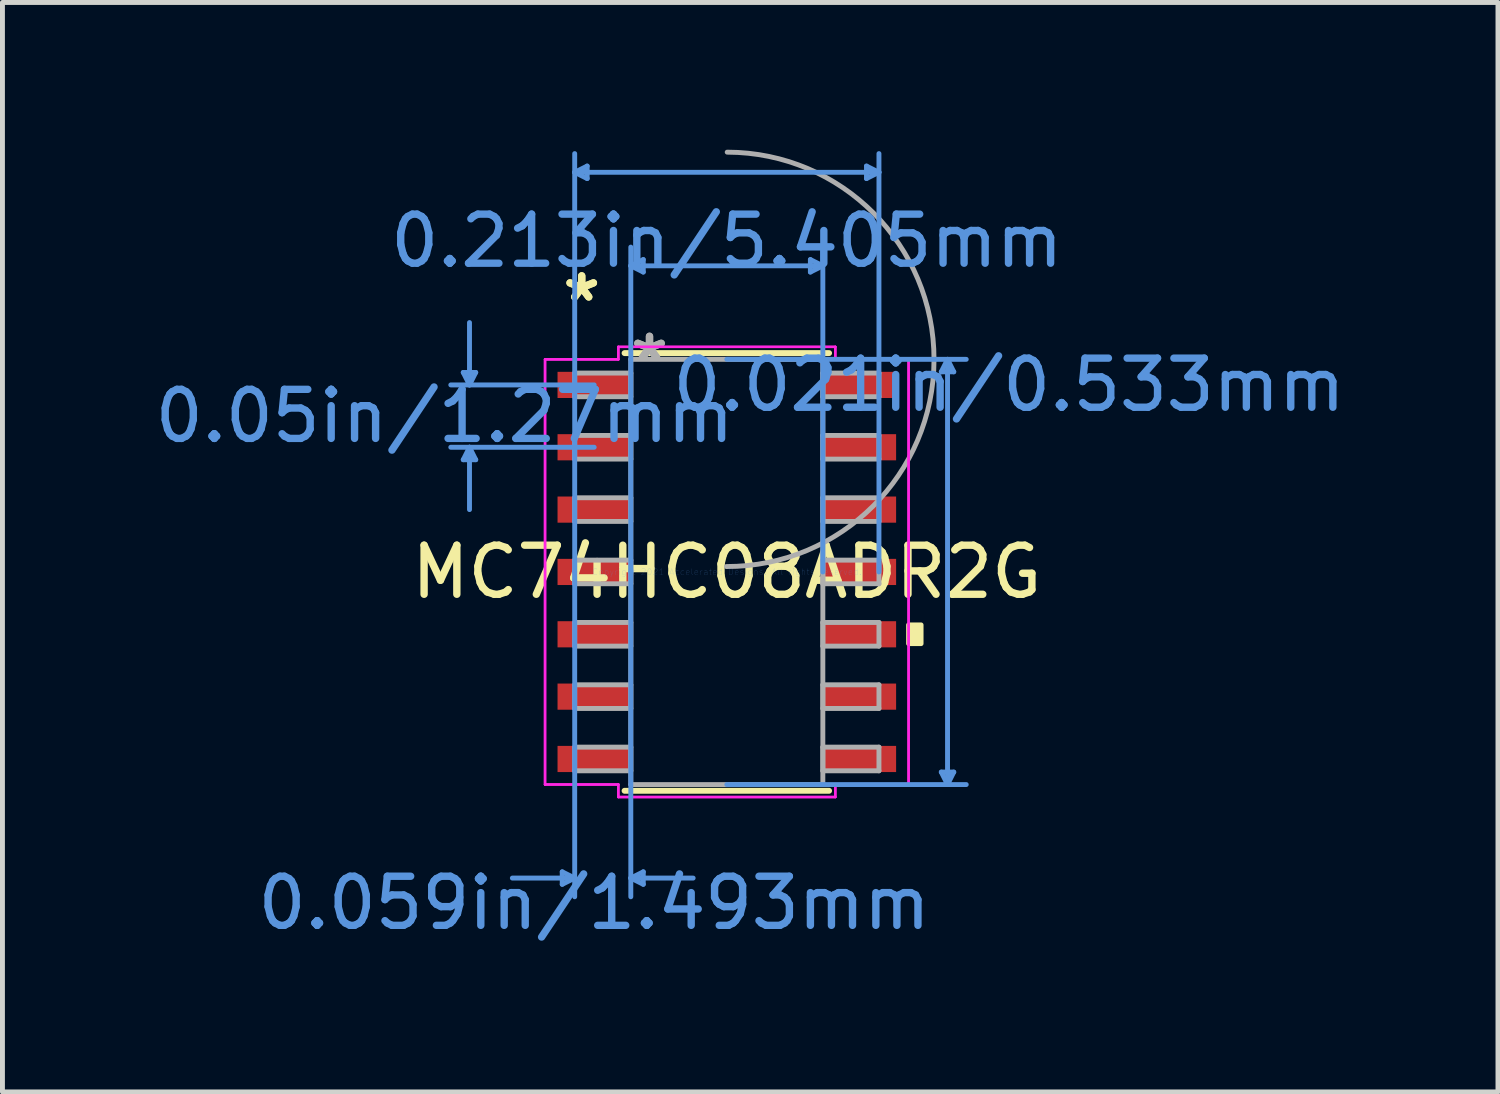
<source format=kicad_pcb>
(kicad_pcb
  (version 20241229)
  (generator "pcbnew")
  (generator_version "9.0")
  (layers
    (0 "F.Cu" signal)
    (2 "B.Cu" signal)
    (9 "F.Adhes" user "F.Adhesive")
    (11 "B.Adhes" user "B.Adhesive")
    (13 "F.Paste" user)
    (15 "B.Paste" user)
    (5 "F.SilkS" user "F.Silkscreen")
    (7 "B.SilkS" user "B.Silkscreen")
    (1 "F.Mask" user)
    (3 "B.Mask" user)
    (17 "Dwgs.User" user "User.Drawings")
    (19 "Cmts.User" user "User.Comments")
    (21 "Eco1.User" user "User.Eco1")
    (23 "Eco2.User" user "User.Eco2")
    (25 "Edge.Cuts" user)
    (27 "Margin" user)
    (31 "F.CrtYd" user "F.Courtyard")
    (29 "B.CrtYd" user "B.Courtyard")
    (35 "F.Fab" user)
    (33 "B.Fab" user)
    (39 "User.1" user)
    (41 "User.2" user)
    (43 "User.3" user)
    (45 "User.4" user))
  (footprint "MC74HC08ADR2G"
    (layer "F.Cu")
    (at 11.756 8.601)
    (property "Reference" "MC74HC08ADR2G" (at 0 0 0) (layer "F.SilkS") (effects (font (size 1 1) (thickness 0.15))))
    (attr through_hole)
    (fp_line (start -2.083 4.458) (end 2.083 4.458) (stroke (width 0.12) (type solid)) (layer "F.SilkS"))
    (fp_line (start 2.083 -4.458) (end -2.083 -4.458) (stroke (width 0.12) (type solid)) (layer "F.SilkS"))
    (fp_poly (pts (xy 3.957 1.079) (xy 3.957 1.46) (xy 3.703 1.46) (xy 3.703 1.079)) (stroke (width 0.1) (type solid)) (fill yes) (layer "F.SilkS"))
    (fp_line (start -5.369 -4.064) (end -5.115 -4.064) (stroke (width 0.1) (type solid)) (layer "Cmts.User"))
    (fp_line (start -5.369 -2.286) (end -5.115 -2.286) (stroke (width 0.1) (type solid)) (layer "Cmts.User"))
    (fp_line (start -5.242 -3.81) (end -5.369 -4.064) (stroke (width 0.1) (type solid)) (layer "Cmts.User"))
    (fp_line (start -5.242 -3.81) (end -5.242 -5.08) (stroke (width 0.1) (type solid)) (layer "Cmts.User"))
    (fp_line (start -5.242 -3.81) (end -5.115 -4.064) (stroke (width 0.1) (type solid)) (layer "Cmts.User"))
    (fp_line (start -5.242 -2.54) (end -5.369 -2.286) (stroke (width 0.1) (type solid)) (layer "Cmts.User"))
    (fp_line (start -5.242 -2.54) (end -5.242 -1.27) (stroke (width 0.1) (type solid)) (layer "Cmts.User"))
    (fp_line (start -5.242 -2.54) (end -5.115 -2.286) (stroke (width 0.1) (type solid)) (layer "Cmts.User"))
    (fp_line (start -3.353 6.109) (end -3.353 6.363) (stroke (width 0.1) (type solid)) (layer "Cmts.User"))
    (fp_line (start -3.099 -8.141) (end -2.845 -8.268) (stroke (width 0.1) (type solid)) (layer "Cmts.User"))
    (fp_line (start -3.099 -8.141) (end -2.845 -8.014) (stroke (width 0.1) (type solid)) (layer "Cmts.User"))
    (fp_line (start -3.099 -8.141) (end 3.099 -8.141) (stroke (width 0.1) (type solid)) (layer "Cmts.User"))
    (fp_line (start -3.099 0) (end -3.099 -8.522) (stroke (width 0.1) (type solid)) (layer "Cmts.User"))
    (fp_line (start -3.099 0) (end -3.099 6.617) (stroke (width 0.1) (type solid)) (layer "Cmts.User"))
    (fp_line (start -3.099 6.236) (end -4.369 6.236) (stroke (width 0.1) (type solid)) (layer "Cmts.User"))
    (fp_line (start -3.099 6.236) (end -3.353 6.109) (stroke (width 0.1) (type solid)) (layer "Cmts.User"))
    (fp_line (start -3.099 6.236) (end -3.353 6.363) (stroke (width 0.1) (type solid)) (layer "Cmts.User"))
    (fp_line (start -2.845 -8.268) (end -2.845 -8.014) (stroke (width 0.1) (type solid)) (layer "Cmts.User"))
    (fp_line (start -2.702 -3.81) (end -5.623 -3.81) (stroke (width 0.1) (type solid)) (layer "Cmts.User"))
    (fp_line (start -2.702 -2.54) (end -5.623 -2.54) (stroke (width 0.1) (type solid)) (layer "Cmts.User"))
    (fp_line (start -1.956 -6.236) (end -1.702 -6.363) (stroke (width 0.1) (type solid)) (layer "Cmts.User"))
    (fp_line (start -1.956 -6.236) (end -1.702 -6.109) (stroke (width 0.1) (type solid)) (layer "Cmts.User"))
    (fp_line (start -1.956 -6.236) (end 1.956 -6.236) (stroke (width 0.1) (type solid)) (layer "Cmts.User"))
    (fp_line (start -1.956 0) (end -1.956 -6.617) (stroke (width 0.1) (type solid)) (layer "Cmts.User"))
    (fp_line (start -1.956 0) (end -1.956 6.617) (stroke (width 0.1) (type solid)) (layer "Cmts.User"))
    (fp_line (start -1.956 6.236) (end -1.702 6.109) (stroke (width 0.1) (type solid)) (layer "Cmts.User"))
    (fp_line (start -1.956 6.236) (end -1.702 6.363) (stroke (width 0.1) (type solid)) (layer "Cmts.User"))
    (fp_line (start -1.956 6.236) (end -0.686 6.236) (stroke (width 0.1) (type solid)) (layer "Cmts.User"))
    (fp_line (start -1.702 -6.363) (end -1.702 -6.109) (stroke (width 0.1) (type solid)) (layer "Cmts.User"))
    (fp_line (start -1.702 6.109) (end -1.702 6.363) (stroke (width 0.1) (type solid)) (layer "Cmts.User"))
    (fp_line (start 0 -4.331) (end 4.877 -4.331) (stroke (width 0.1) (type solid)) (layer "Cmts.User"))
    (fp_line (start 0 4.331) (end 4.877 4.331) (stroke (width 0.1) (type solid)) (layer "Cmts.User"))
    (fp_line (start 1.702 -6.363) (end 1.702 -6.109) (stroke (width 0.1) (type solid)) (layer "Cmts.User"))
    (fp_line (start 1.956 -6.236) (end 1.702 -6.363) (stroke (width 0.1) (type solid)) (layer "Cmts.User"))
    (fp_line (start 1.956 -6.236) (end 1.702 -6.109) (stroke (width 0.1) (type solid)) (layer "Cmts.User"))
    (fp_line (start 1.956 0) (end 1.956 -6.617) (stroke (width 0.1) (type solid)) (layer "Cmts.User"))
    (fp_line (start 2.845 -8.268) (end 2.845 -8.014) (stroke (width 0.1) (type solid)) (layer "Cmts.User"))
    (fp_line (start 3.099 -8.141) (end 2.845 -8.268) (stroke (width 0.1) (type solid)) (layer "Cmts.User"))
    (fp_line (start 3.099 -8.141) (end 2.845 -8.014) (stroke (width 0.1) (type solid)) (layer "Cmts.User"))
    (fp_line (start 3.099 0) (end 3.099 -8.522) (stroke (width 0.1) (type solid)) (layer "Cmts.User"))
    (fp_line (start 4.369 -4.077) (end 4.623 -4.077) (stroke (width 0.1) (type solid)) (layer "Cmts.User"))
    (fp_line (start 4.369 4.077) (end 4.623 4.077) (stroke (width 0.1) (type solid)) (layer "Cmts.User"))
    (fp_line (start 4.496 -4.331) (end 4.369 -4.077) (stroke (width 0.1) (type solid)) (layer "Cmts.User"))
    (fp_line (start 4.496 -4.331) (end 4.496 4.331) (stroke (width 0.1) (type solid)) (layer "Cmts.User"))
    (fp_line (start 4.496 -4.331) (end 4.623 -4.077) (stroke (width 0.1) (type solid)) (layer "Cmts.User"))
    (fp_line (start 4.496 4.331) (end 4.369 4.077) (stroke (width 0.1) (type solid)) (layer "Cmts.User"))
    (fp_line (start 4.496 4.331) (end 4.623 4.077) (stroke (width 0.1) (type solid)) (layer "Cmts.User"))
    (fp_line (start -3.703 -4.33) (end -2.21 -4.33) (stroke (width 0.05) (type solid)) (layer "F.CrtYd"))
    (fp_line (start -3.703 -4.33) (end -2.21 -4.33) (stroke (width 0.05) (type solid)) (layer "F.CrtYd"))
    (fp_line (start -3.703 4.33) (end -3.703 -4.33) (stroke (width 0.05) (type solid)) (layer "F.CrtYd"))
    (fp_line (start -3.703 4.33) (end -3.703 -4.33) (stroke (width 0.05) (type solid)) (layer "F.CrtYd"))
    (fp_line (start -3.703 4.33) (end -2.21 4.33) (stroke (width 0.05) (type solid)) (layer "F.CrtYd"))
    (fp_line (start -2.21 -4.585) (end 2.21 -4.585) (stroke (width 0.05) (type solid)) (layer "F.CrtYd"))
    (fp_line (start -2.21 -4.585) (end 2.21 -4.585) (stroke (width 0.05) (type solid)) (layer "F.CrtYd"))
    (fp_line (start -2.21 -4.33) (end -2.21 -4.585) (stroke (width 0.05) (type solid)) (layer "F.CrtYd"))
    (fp_line (start -2.21 -4.33) (end -2.21 -4.585) (stroke (width 0.05) (type solid)) (layer "F.CrtYd"))
    (fp_line (start -2.21 4.33) (end -3.703 4.33) (stroke (width 0.05) (type solid)) (layer "F.CrtYd"))
    (fp_line (start -2.21 4.585) (end -2.21 4.33) (stroke (width 0.05) (type solid)) (layer "F.CrtYd"))
    (fp_line (start -2.21 4.585) (end -2.21 4.33) (stroke (width 0.05) (type solid)) (layer "F.CrtYd"))
    (fp_line (start 2.21 -4.585) (end 2.21 -4.33) (stroke (width 0.05) (type solid)) (layer "F.CrtYd"))
    (fp_line (start 2.21 -4.585) (end 2.21 -4.33) (stroke (width 0.05) (type solid)) (layer "F.CrtYd"))
    (fp_line (start 2.21 -4.33) (end 3.703 -4.33) (stroke (width 0.05) (type solid)) (layer "F.CrtYd"))
    (fp_line (start 2.21 4.33) (end 2.21 4.585) (stroke (width 0.05) (type solid)) (layer "F.CrtYd"))
    (fp_line (start 2.21 4.33) (end 2.21 4.585) (stroke (width 0.05) (type solid)) (layer "F.CrtYd"))
    (fp_line (start 2.21 4.585) (end -2.21 4.585) (stroke (width 0.05) (type solid)) (layer "F.CrtYd"))
    (fp_line (start 2.21 4.585) (end -2.21 4.585) (stroke (width 0.05) (type solid)) (layer "F.CrtYd"))
    (fp_line (start 3.703 -4.33) (end 2.21 -4.33) (stroke (width 0.05) (type solid)) (layer "F.CrtYd"))
    (fp_line (start 3.703 -4.33) (end 3.703 4.33) (stroke (width 0.05) (type solid)) (layer "F.CrtYd"))
    (fp_line (start 3.703 -4.33) (end 3.703 4.33) (stroke (width 0.05) (type solid)) (layer "F.CrtYd"))
    (fp_line (start 3.703 4.33) (end 2.21 4.33) (stroke (width 0.05) (type solid)) (layer "F.CrtYd"))
    (fp_line (start 3.703 4.33) (end 2.21 4.33) (stroke (width 0.05) (type solid)) (layer "F.CrtYd"))
    (fp_line (start -3.099 -4.051) (end -3.099 -3.569) (stroke (width 0.1) (type solid)) (layer "F.Fab"))
    (fp_line (start -3.099 -3.569) (end -1.956 -3.569) (stroke (width 0.1) (type solid)) (layer "F.Fab"))
    (fp_line (start -3.099 -2.781) (end -3.099 -2.299) (stroke (width 0.1) (type solid)) (layer "F.Fab"))
    (fp_line (start -3.099 -2.299) (end -1.956 -2.299) (stroke (width 0.1) (type solid)) (layer "F.Fab"))
    (fp_line (start -3.099 -1.511) (end -3.099 -1.029) (stroke (width 0.1) (type solid)) (layer "F.Fab"))
    (fp_line (start -3.099 -1.029) (end -1.956 -1.029) (stroke (width 0.1) (type solid)) (layer "F.Fab"))
    (fp_line (start -3.099 -0.241) (end -3.099 0.241) (stroke (width 0.1) (type solid)) (layer "F.Fab"))
    (fp_line (start -3.099 0.241) (end -1.956 0.241) (stroke (width 0.1) (type solid)) (layer "F.Fab"))
    (fp_line (start -3.099 1.029) (end -3.099 1.511) (stroke (width 0.1) (type solid)) (layer "F.Fab"))
    (fp_line (start -3.099 1.511) (end -1.956 1.511) (stroke (width 0.1) (type solid)) (layer "F.Fab"))
    (fp_line (start -3.099 2.299) (end -3.099 2.781) (stroke (width 0.1) (type solid)) (layer "F.Fab"))
    (fp_line (start -3.099 2.781) (end -1.956 2.781) (stroke (width 0.1) (type solid)) (layer "F.Fab"))
    (fp_line (start -3.099 3.569) (end -3.099 4.051) (stroke (width 0.1) (type solid)) (layer "F.Fab"))
    (fp_line (start -3.099 4.051) (end -1.956 4.051) (stroke (width 0.1) (type solid)) (layer "F.Fab"))
    (fp_line (start -1.956 -4.331) (end -1.956 4.331) (stroke (width 0.1) (type solid)) (layer "F.Fab"))
    (fp_line (start -1.956 -4.051) (end -3.099 -4.051) (stroke (width 0.1) (type solid)) (layer "F.Fab"))
    (fp_line (start -1.956 -3.569) (end -1.956 -4.051) (stroke (width 0.1) (type solid)) (layer "F.Fab"))
    (fp_line (start -1.956 -2.781) (end -3.099 -2.781) (stroke (width 0.1) (type solid)) (layer "F.Fab"))
    (fp_line (start -1.956 -2.299) (end -1.956 -2.781) (stroke (width 0.1) (type solid)) (layer "F.Fab"))
    (fp_line (start -1.956 -1.511) (end -3.099 -1.511) (stroke (width 0.1) (type solid)) (layer "F.Fab"))
    (fp_line (start -1.956 -1.029) (end -1.956 -1.511) (stroke (width 0.1) (type solid)) (layer "F.Fab"))
    (fp_line (start -1.956 -0.241) (end -3.099 -0.241) (stroke (width 0.1) (type solid)) (layer "F.Fab"))
    (fp_line (start -1.956 0.241) (end -1.956 -0.241) (stroke (width 0.1) (type solid)) (layer "F.Fab"))
    (fp_line (start -1.956 1.029) (end -3.099 1.029) (stroke (width 0.1) (type solid)) (layer "F.Fab"))
    (fp_line (start -1.956 1.511) (end -1.956 1.029) (stroke (width 0.1) (type solid)) (layer "F.Fab"))
    (fp_line (start -1.956 2.299) (end -3.099 2.299) (stroke (width 0.1) (type solid)) (layer "F.Fab"))
    (fp_line (start -1.956 2.781) (end -1.956 2.299) (stroke (width 0.1) (type solid)) (layer "F.Fab"))
    (fp_line (start -1.956 3.569) (end -3.099 3.569) (stroke (width 0.1) (type solid)) (layer "F.Fab"))
    (fp_line (start -1.956 4.051) (end -1.956 3.569) (stroke (width 0.1) (type solid)) (layer "F.Fab"))
    (fp_line (start -1.956 4.331) (end 1.956 4.331) (stroke (width 0.1) (type solid)) (layer "F.Fab"))
    (fp_line (start 1.956 -4.331) (end -1.956 -4.331) (stroke (width 0.1) (type solid)) (layer "F.Fab"))
    (fp_line (start 1.956 -4.051) (end 1.956 -3.569) (stroke (width 0.1) (type solid)) (layer "F.Fab"))
    (fp_line (start 1.956 -3.569) (end 3.099 -3.569) (stroke (width 0.1) (type solid)) (layer "F.Fab"))
    (fp_line (start 1.956 -2.781) (end 1.956 -2.299) (stroke (width 0.1) (type solid)) (layer "F.Fab"))
    (fp_line (start 1.956 -2.299) (end 3.099 -2.299) (stroke (width 0.1) (type solid)) (layer "F.Fab"))
    (fp_line (start 1.956 -1.511) (end 1.956 -1.029) (stroke (width 0.1) (type solid)) (layer "F.Fab"))
    (fp_line (start 1.956 -1.029) (end 3.099 -1.029) (stroke (width 0.1) (type solid)) (layer "F.Fab"))
    (fp_line (start 1.956 -0.241) (end 1.956 0.241) (stroke (width 0.1) (type solid)) (layer "F.Fab"))
    (fp_line (start 1.956 0.241) (end 3.099 0.241) (stroke (width 0.1) (type solid)) (layer "F.Fab"))
    (fp_line (start 1.956 1.029) (end 1.956 1.511) (stroke (width 0.1) (type solid)) (layer "F.Fab"))
    (fp_line (start 1.956 1.511) (end 3.099 1.511) (stroke (width 0.1) (type solid)) (layer "F.Fab"))
    (fp_line (start 1.956 2.299) (end 1.956 2.781) (stroke (width 0.1) (type solid)) (layer "F.Fab"))
    (fp_line (start 1.956 2.781) (end 3.099 2.781) (stroke (width 0.1) (type solid)) (layer "F.Fab"))
    (fp_line (start 1.956 3.569) (end 1.956 4.051) (stroke (width 0.1) (type solid)) (layer "F.Fab"))
    (fp_line (start 1.956 4.051) (end 3.099 4.051) (stroke (width 0.1) (type solid)) (layer "F.Fab"))
    (fp_line (start 1.956 4.331) (end 1.956 -4.331) (stroke (width 0.1) (type solid)) (layer "F.Fab"))
    (fp_line (start 3.099 -4.051) (end 1.956 -4.051) (stroke (width 0.1) (type solid)) (layer "F.Fab"))
    (fp_line (start 3.099 -3.569) (end 3.099 -4.051) (stroke (width 0.1) (type solid)) (layer "F.Fab"))
    (fp_line (start 3.099 -2.781) (end 1.956 -2.781) (stroke (width 0.1) (type solid)) (layer "F.Fab"))
    (fp_line (start 3.099 -2.299) (end 3.099 -2.781) (stroke (width 0.1) (type solid)) (layer "F.Fab"))
    (fp_line (start 3.099 -1.511) (end 1.956 -1.511) (stroke (width 0.1) (type solid)) (layer "F.Fab"))
    (fp_line (start 3.099 -1.029) (end 3.099 -1.511) (stroke (width 0.1) (type solid)) (layer "F.Fab"))
    (fp_line (start 3.099 -0.241) (end 1.956 -0.241) (stroke (width 0.1) (type solid)) (layer "F.Fab"))
    (fp_line (start 3.099 0.241) (end 3.099 -0.241) (stroke (width 0.1) (type solid)) (layer "F.Fab"))
    (fp_line (start 3.099 1.029) (end 1.956 1.029) (stroke (width 0.1) (type solid)) (layer "F.Fab"))
    (fp_line (start 3.099 1.511) (end 3.099 1.029) (stroke (width 0.1) (type solid)) (layer "F.Fab"))
    (fp_line (start 3.099 2.299) (end 1.956 2.299) (stroke (width 0.1) (type solid)) (layer "F.Fab"))
    (fp_line (start 3.099 2.781) (end 3.099 2.299) (stroke (width 0.1) (type solid)) (layer "F.Fab"))
    (fp_line (start 3.099 3.569) (end 1.956 3.569) (stroke (width 0.1) (type solid)) (layer "F.Fab"))
    (fp_line (start 3.099 4.051) (end 3.099 3.569) (stroke (width 0.1) (type solid)) (layer "F.Fab"))
    (fp_arc (start 0.007742 -8.5514) (mid 4.2207 -4.322958) (end -0.007742 -0.11) (stroke (width 0.1) (type solid)) (layer "F.Fab"))
    (fp_text user "*" (at -2.956 -5.486 0) (layer "F.SilkS") (effects (font (size 1 1) (thickness 0.15))))
    (fp_text user "*" (at -2.956 -5.486 0) (layer "F.SilkS") (effects (font (size 1 1) (thickness 0.15))))
    (fp_text user "0.05in/1.27mm" (at -5.75 -3.175 0) (layer "Cmts.User") (effects (font (size 1 1) (thickness 0.15))))
    (fp_text user "0.059in/1.493mm" (at -2.702 6.744 0) (layer "Cmts.User") (effects (font (size 1 1) (thickness 0.15))))
    (fp_text user "0.021in/0.533mm" (at 5.75 -3.81 0) (layer "Cmts.User") (effects (font (size 1 1) (thickness 0.15))))
    (fp_text user "0.213in/5.405mm" (at 0 -6.744 0) (layer "Cmts.User") (effects (font (size 1 1) (thickness 0.15))))
    (fp_text user "Copyright 2021 Accelerated Designs. All rights reserved." (at 0 0 0) (layer "Cmts.User") (effects (font (size 0.127 0.127) (thickness 0.002))))
    (fp_text user "*" (at -1.575 -4.255 0) (layer "F.Fab") (effects (font (size 1 1) (thickness 0.15))))
    (fp_text user "*" (at -1.575 -4.255 0) (layer "F.Fab") (effects (font (size 1 1) (thickness 0.15))))
    (pad "1" smd rect (at -2.702 -3.81) (size 1.493 0.533) (layers "F.Cu" "F.Mask" "F.Paste"))
    (pad "2" smd rect (at -2.702 -2.54) (size 1.493 0.533) (layers "F.Cu" "F.Mask" "F.Paste"))
    (pad "3" smd rect (at -2.702 -1.27) (size 1.493 0.533) (layers "F.Cu" "F.Mask" "F.Paste"))
    (pad "4" smd rect (at -2.702 0) (size 1.493 0.533) (layers "F.Cu" "F.Mask" "F.Paste"))
    (pad "5" smd rect (at -2.702 1.27) (size 1.493 0.533) (layers "F.Cu" "F.Mask" "F.Paste"))
    (pad "6" smd rect (at -2.702 2.54) (size 1.493 0.533) (layers "F.Cu" "F.Mask" "F.Paste"))
    (pad "7" smd rect (at -2.702 3.81) (size 1.493 0.533) (layers "F.Cu" "F.Mask" "F.Paste"))
    (pad "8" smd rect (at 2.702 3.81) (size 1.493 0.533) (layers "F.Cu" "F.Mask" "F.Paste"))
    (pad "9" smd rect (at 2.702 2.54) (size 1.493 0.533) (layers "F.Cu" "F.Mask" "F.Paste"))
    (pad "10" smd rect (at 2.702 1.27) (size 1.493 0.533) (layers "F.Cu" "F.Mask" "F.Paste"))
    (pad "11" smd rect (at 2.702 0) (size 1.493 0.533) (layers "F.Cu" "F.Mask" "F.Paste"))
    (pad "12" smd rect (at 2.702 -1.27) (size 1.493 0.533) (layers "F.Cu" "F.Mask" "F.Paste"))
    (pad "13" smd rect (at 2.702 -2.54) (size 1.493 0.533) (layers "F.Cu" "F.Mask" "F.Paste"))
    (pad "14" smd rect (at 2.702 -3.81) (size 1.493 0.533) (layers "F.Cu" "F.Mask" "F.Paste")))
  (gr_rect
    (start -3 -3)
    (end 27.465 19.193)
    (stroke (width 0.1) (type default))
    (fill no)
    (layer "Edge.Cuts")))
</source>
